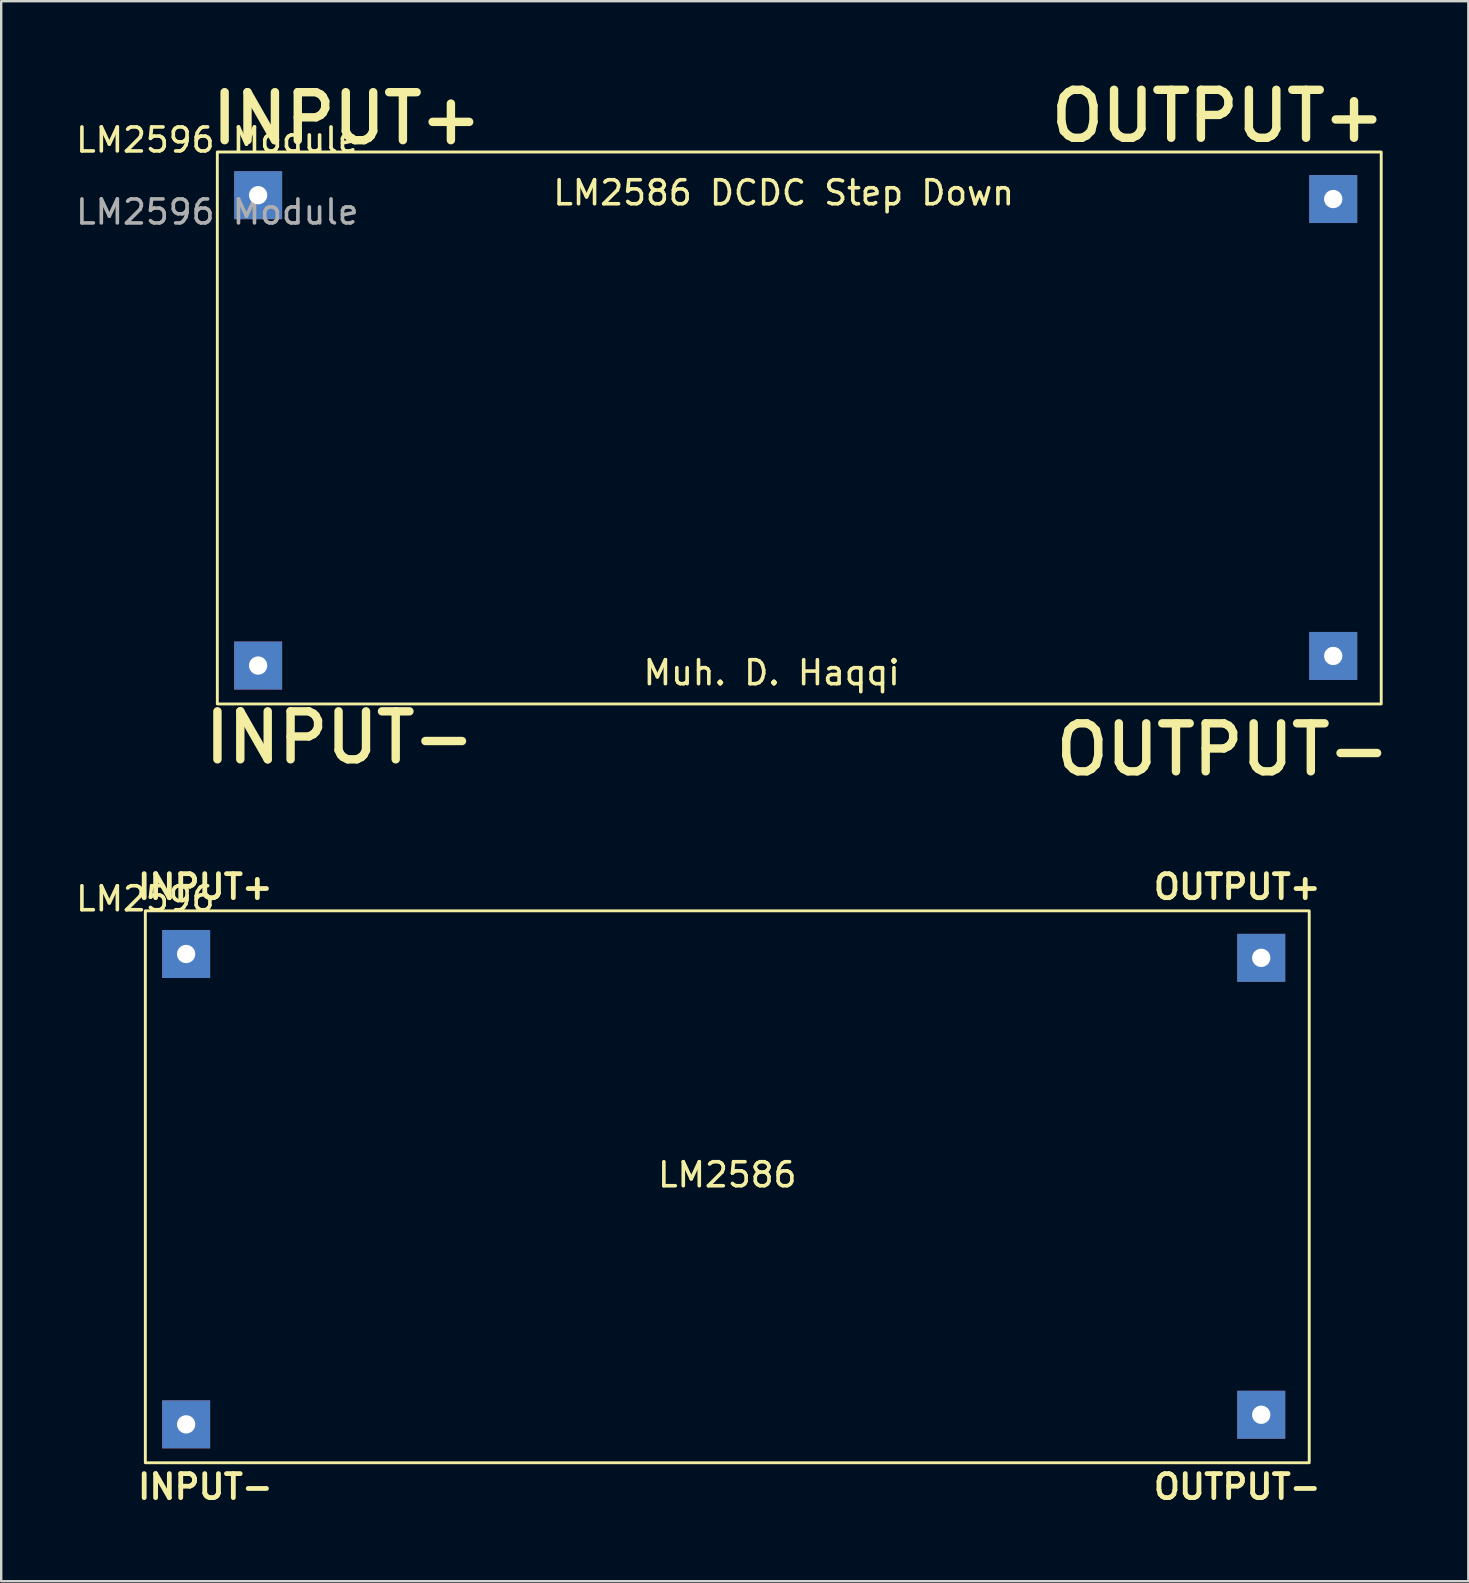
<source format=kicad_pcb>
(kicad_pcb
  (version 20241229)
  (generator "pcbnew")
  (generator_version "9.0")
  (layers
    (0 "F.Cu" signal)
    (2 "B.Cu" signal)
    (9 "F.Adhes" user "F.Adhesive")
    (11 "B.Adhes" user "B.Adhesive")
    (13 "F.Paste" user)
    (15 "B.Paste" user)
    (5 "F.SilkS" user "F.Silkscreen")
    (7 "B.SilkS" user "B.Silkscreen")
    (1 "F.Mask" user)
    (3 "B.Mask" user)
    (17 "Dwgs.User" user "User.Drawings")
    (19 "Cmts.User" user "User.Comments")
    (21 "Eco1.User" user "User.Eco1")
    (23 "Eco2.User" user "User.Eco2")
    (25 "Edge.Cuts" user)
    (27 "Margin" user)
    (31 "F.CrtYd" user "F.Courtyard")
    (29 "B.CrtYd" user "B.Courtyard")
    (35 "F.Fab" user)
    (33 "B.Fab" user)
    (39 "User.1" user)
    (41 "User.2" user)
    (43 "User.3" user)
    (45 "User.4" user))
  (footprint "LM2596 Module"
    (layer "F.Cu")
    (at 6.006 3.284)
    (property "Reference" "LM2596 Module" (at 0 -0.5 0) (unlocked yes) (layer "F.SilkS") (effects (font (size 1 1) (thickness 0.15))))
    (attr through_hole)
    (fp_line (start 1.7 2) (end 1.7 1.8) (stroke (width 0.12) (type solid)) (layer "F.SilkS"))
    (fp_rect (start 48.5 0) (end 0 23) (stroke (width 0.12) (type solid)) (fill no) (layer "F.SilkS"))
    (fp_text user "INPUT-" (at 5.1 24.4 0) (unlocked yes) (layer "F.SilkS") (effects (font (size 2 2) (thickness 0.35))))
    (fp_text user "LM2586 DCDC Step Down" (at 23.6 1.7 0) (unlocked yes) (layer "F.SilkS") (effects (font (size 1 1) (thickness 0.15))))
    (fp_text user "INPUT+" (at 5.4 -1.4 0) (unlocked yes) (layer "F.SilkS") (effects (font (size 2 2) (thickness 0.35))))
    (fp_text user "OUTPUT+" (at 41.7 -1.5 0) (unlocked yes) (layer "F.SilkS") (effects (font (size 2 2) (thickness 0.35))))
    (fp_text user "Muh. D. Haqqi" (at 23.1 21.7 0) (unlocked yes) (layer "F.SilkS") (effects (font (size 1 1) (thickness 0.15))))
    (fp_text user "OUTPUT-" (at 41.9 24.9 0) (unlocked yes) (layer "F.SilkS") (effects (font (size 2 2) (thickness 0.35))))
    (fp_text user "${REFERENCE}" (at 0 2.5 0) (unlocked yes) (layer "F.Fab") (effects (font (size 1 1) (thickness 0.15))))
    (pad "IN+" thru_hole rect (at 1.7 1.8) (size 2 2) (drill 0.762) (layers "*.Cu" "*.Mask"))
    (pad "IN-" thru_hole rect (at 1.7 21.4) (size 2 2) (drill 0.762) (layers "*.Cu" "*.Mask"))
    (pad "OUT+" thru_hole rect (at 46.5 1.96) (size 2 2) (drill 0.762) (layers "*.Cu" "*.Mask"))
    (pad "OUT-" thru_hole rect (at 46.5 21) (size 2 2) (drill 0.762) (layers "*.Cu" "*.Mask")))
  (footprint "LM2596"
    (layer "F.Cu")
    (at 3.006 34.904)
    (property "Reference" "LM2596" (at 0 -0.5 0) (unlocked yes) (layer "F.SilkS") (effects (font (size 1 1) (thickness 0.15))))
    (attr through_hole)
    (fp_line (start 1.7 2) (end 1.7 1.8) (stroke (width 0.12) (type solid)) (layer "F.SilkS"))
    (fp_rect (start 48.5 0) (end 0 23) (stroke (width 0.12) (type solid)) (fill no) (layer "F.SilkS"))
    (fp_text user "OUTPUT-" (at 45.5 24 0) (unlocked yes) (layer "F.SilkS") (effects (font (size 1 1) (thickness 0.2) (bold yes))))
    (fp_text user "LM2586" (at 24.25 11 0) (unlocked yes) (layer "F.SilkS") (effects (font (size 1 1) (thickness 0.15))))
    (fp_text user "INPUT-" (at 2.5 24 0) (unlocked yes) (layer "F.SilkS") (effects (font (size 1 1) (thickness 0.2) (bold yes))))
    (fp_text user "INPUT+" (at 2.5 -1 0) (unlocked yes) (layer "F.SilkS") (effects (font (size 1 1) (thickness 0.2) (bold yes))))
    (fp_text user "OUTPUT+" (at 45.5 -1 0) (unlocked yes) (layer "F.SilkS") (effects (font (size 1 1) (thickness 0.2) (bold yes))))
    (pad "IN+" thru_hole rect (at 1.7 1.8) (size 2 2) (drill 0.762) (layers "*.Cu" "*.Mask"))
    (pad "IN-" thru_hole rect (at 1.7 21.4) (size 2 2) (drill 0.762) (layers "*.Cu" "*.Mask"))
    (pad "OUT+" thru_hole rect (at 46.5 1.96) (size 2 2) (drill 0.762) (layers "*.Cu" "*.Mask"))
    (pad "OUT-" thru_hole rect (at 46.5 21) (size 2 2) (drill 0.762) (layers "*.Cu" "*.Mask")))
  (gr_rect
    (start -3 -3)
    (end 58.136 62.84)
    (stroke (width 0.1) (type default))
    (fill no)
    (layer "Edge.Cuts")))
</source>
